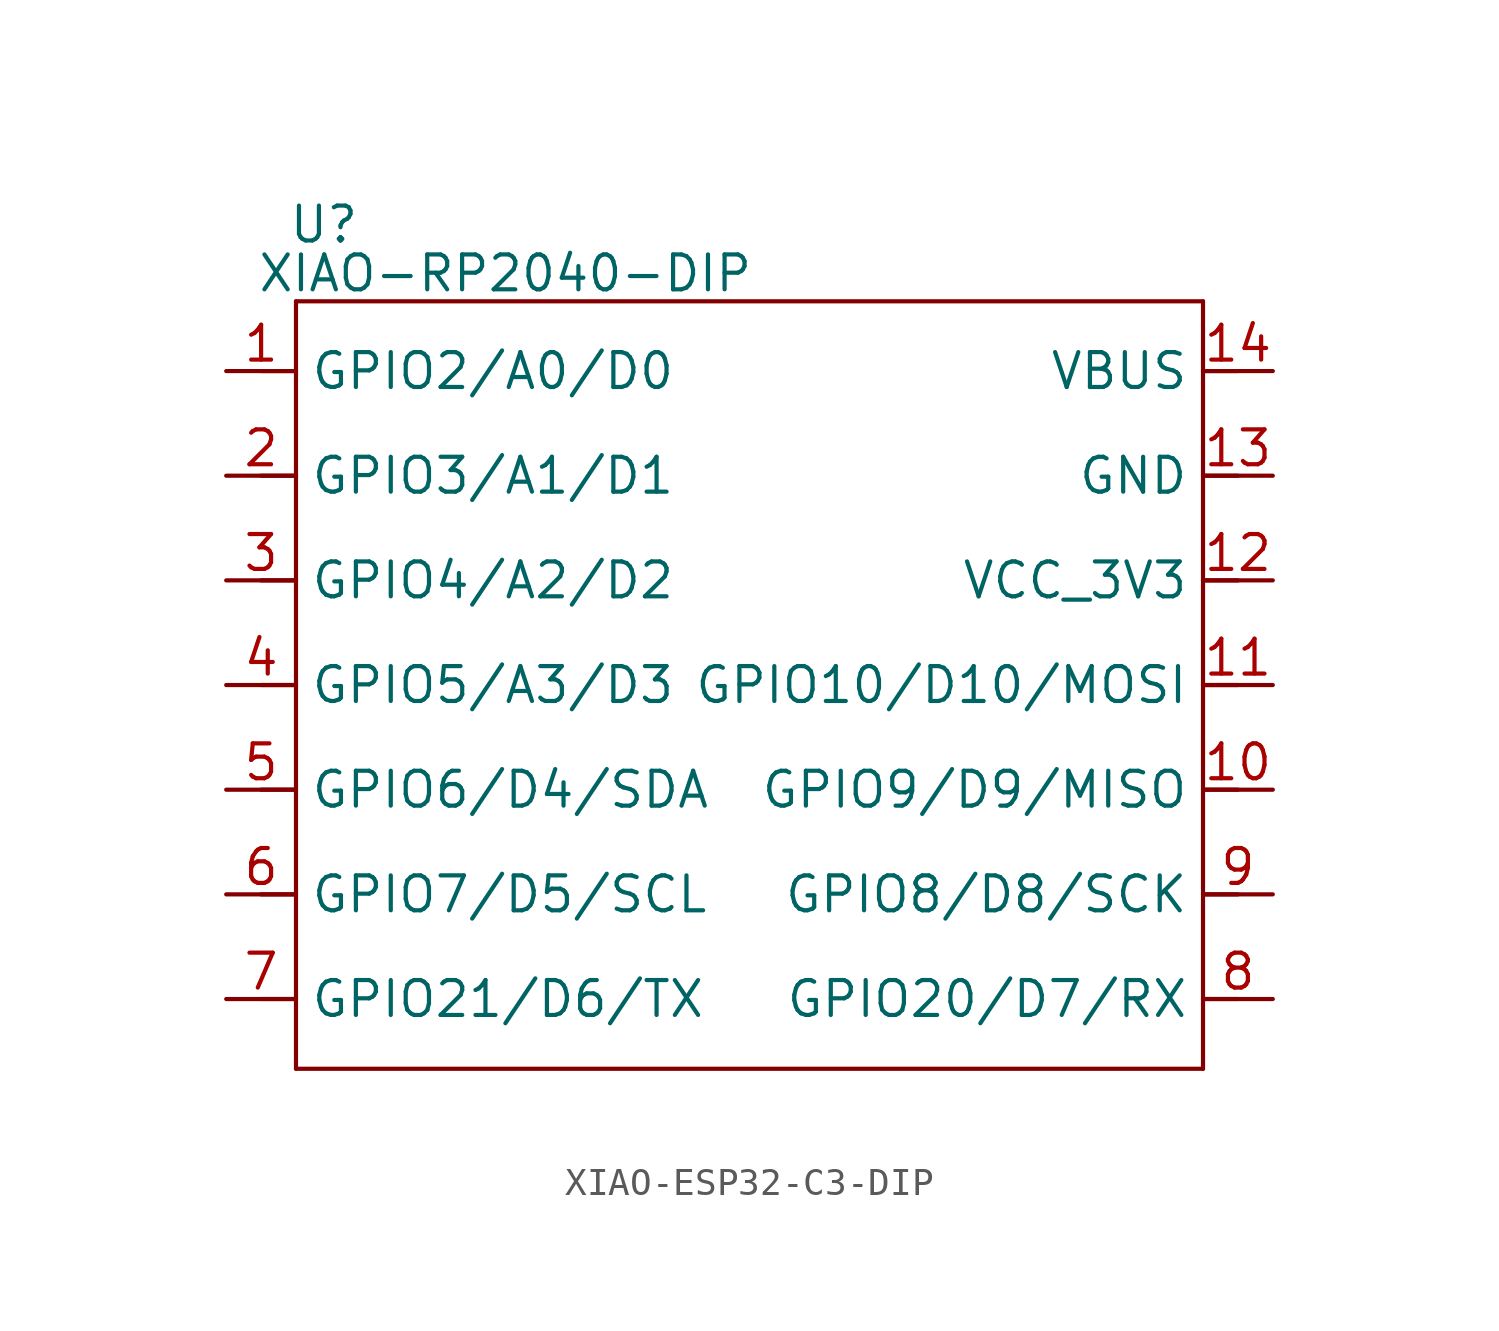
<source format=kicad_sym>
(kicad_symbol_lib
  (version 20231120)
  (generator "kicad_symbol_editor")
  (generator_version "8.0")
  (symbol "XIAO-ESP32-C3-DIP"
    (property "Reference" "U"
      (at 1.016 2.794 0)
      (effects (font (size 1.27 1.27))))
    (property "Value" "XIAO-RP2040-DIP"
      (at 7.62 1.016 0)
      (effects (font (size 1.27 1.27))))
    (symbol "XIAO-ESP32-C3-DIP_1_0"
      (polyline (pts (xy 0 -27.94) (xy 0 -13.97)) (stroke (width 0.152) (type solid)) (fill (type none)))
      (polyline (pts (xy 0 -25.4) (xy -1.27 -25.4)) (stroke (width 0.152) (type solid)) (fill (type none)))
      (polyline (pts (xy 0 -21.59) (xy -1.27 -21.59)) (stroke (width 0.152) (type solid)) (fill (type none)))
      (polyline (pts (xy 0 -17.78) (xy -1.27 -17.78)) (stroke (width 0.152) (type solid)) (fill (type none)))
      (polyline (pts (xy 0 -13.97) (xy -1.27 -13.97)) (stroke (width 0.152) (type solid)) (fill (type none)))
      (polyline (pts (xy 0 -13.97) (xy 0 -10.16)) (stroke (width 0.152) (type solid)) (fill (type none)))
      (polyline (pts (xy 0 -10.16) (xy -1.27 -10.16)) (stroke (width 0.152) (type solid)) (fill (type none)))
      (polyline (pts (xy 0 -10.16) (xy 0 -6.35)) (stroke (width 0.152) (type solid)) (fill (type none)))
      (polyline (pts (xy 0 -6.35) (xy -1.27 -6.35)) (stroke (width 0.152) (type solid)) (fill (type none)))
      (polyline (pts (xy 0 -6.35) (xy 0 -2.54)) (stroke (width 0.152) (type solid)) (fill (type none)))
      (polyline (pts (xy 0 -2.54) (xy -1.27 -2.54)) (stroke (width 0.152) (type solid)) (fill (type none)))
      (polyline (pts (xy 0 -2.54) (xy 0 0)) (stroke (width 0.152) (type solid)) (fill (type none)))
      (polyline (pts (xy 0 0) (xy 33.02 0)) (stroke (width 0.152) (type solid)) (fill (type none)))
      (polyline (pts (xy 33.02 -27.94) (xy 0 -27.94)) (stroke (width 0.152) (type solid)) (fill (type none)))
      (polyline (pts (xy 33.02 -10.16) (xy 33.02 -27.94)) (stroke (width 0.152) (type solid)) (fill (type none)))
      (polyline (pts (xy 33.02 -6.35) (xy 33.02 -10.16)) (stroke (width 0.152) (type solid)) (fill (type none)))
      (polyline (pts (xy 33.02 -2.54) (xy 33.02 -6.35)) (stroke (width 0.152) (type solid)) (fill (type none)))
      (polyline (pts (xy 33.02 0) (xy 33.02 -2.54)) (stroke (width 0.152) (type solid)) (fill (type none)))
      (polyline (pts (xy 34.29 -25.4) (xy 33.02 -25.4)) (stroke (width 0.152) (type solid)) (fill (type none)))
      (polyline (pts (xy 34.29 -21.59) (xy 33.02 -21.59)) (stroke (width 0.152) (type solid)) (fill (type none)))
      (polyline (pts (xy 34.29 -17.78) (xy 33.02 -17.78)) (stroke (width 0.152) (type solid)) (fill (type none)))
      (polyline (pts (xy 34.29 -13.97) (xy 33.02 -13.97)) (stroke (width 0.152) (type solid)) (fill (type none)))
      (polyline (pts (xy 34.29 -10.16) (xy 33.02 -10.16)) (stroke (width 0.152) (type solid)) (fill (type none)))
      (polyline (pts (xy 34.29 -6.35) (xy 33.02 -6.35)) (stroke (width 0.152) (type solid)) (fill (type none)))
      (polyline (pts (xy 34.29 -2.54) (xy 33.02 -2.54)) (stroke (width 0.152) (type solid)) (fill (type none)))
      (pin passive line (at -2.54 -2.54 0) (length 2.54) (name "GPIO2/A0/D0" (effects (font (size 1.27 1.27)))) (number "1" (effects (font (size 1.27 1.27)))))
      (pin passive line (at 35.56 -17.78 180) (length 2.54) (name "GPIO9/D9/MISO" (effects (font (size 1.27 1.27)))) (number "10" (effects (font (size 1.27 1.27)))))
      (pin passive line (at 35.56 -13.97 180) (length 2.54) (name "GPIO10/D10/MOSI" (effects (font (size 1.27 1.27)))) (number "11" (effects (font (size 1.27 1.27)))))
      (pin passive line (at 35.56 -10.16 180) (length 2.54) (name "VCC_3V3" (effects (font (size 1.27 1.27)))) (number "12" (effects (font (size 1.27 1.27)))))
      (pin passive line (at 35.56 -6.35 180) (length 2.54) (name "GND" (effects (font (size 1.27 1.27)))) (number "13" (effects (font (size 1.27 1.27)))))
      (pin passive line (at 35.56 -2.54 180) (length 2.54) (name "VBUS" (effects (font (size 1.27 1.27)))) (number "14" (effects (font (size 1.27 1.27)))))
      (pin passive line (at -2.54 -6.35 0) (length 2.54) (name "GPIO3/A1/D1" (effects (font (size 1.27 1.27)))) (number "2" (effects (font (size 1.27 1.27)))))
      (pin passive line (at -2.54 -10.16 0) (length 2.54) (name "GPIO4/A2/D2" (effects (font (size 1.27 1.27)))) (number "3" (effects (font (size 1.27 1.27)))))
      (pin passive line (at -2.54 -13.97 0) (length 2.54) (name "GPIO5/A3/D3" (effects (font (size 1.27 1.27)))) (number "4" (effects (font (size 1.27 1.27)))))
      (pin passive line (at -2.54 -17.78 0) (length 2.54) (name "GPIO6/D4/SDA" (effects (font (size 1.27 1.27)))) (number "5" (effects (font (size 1.27 1.27)))))
      (pin passive line (at -2.54 -21.59 0) (length 2.54) (name "GPIO7/D5/SCL" (effects (font (size 1.27 1.27)))) (number "6" (effects (font (size 1.27 1.27)))))
      (pin passive line (at -2.54 -25.4 0) (length 2.54) (name "GPIO21/D6/TX" (effects (font (size 1.27 1.27)))) (number "7" (effects (font (size 1.27 1.27)))))
      (pin passive line (at 35.56 -25.4 180) (length 2.54) (name "GPIO20/D7/RX" (effects (font (size 1.27 1.27)))) (number "8" (effects (font (size 1.27 1.27)))))
      (pin passive line (at 35.56 -21.59 180) (length 2.54) (name "GPIO8/D8/SCK" (effects (font (size 1.27 1.27)))) (number "9" (effects (font (size 1.27 1.27))))))))
</source>
